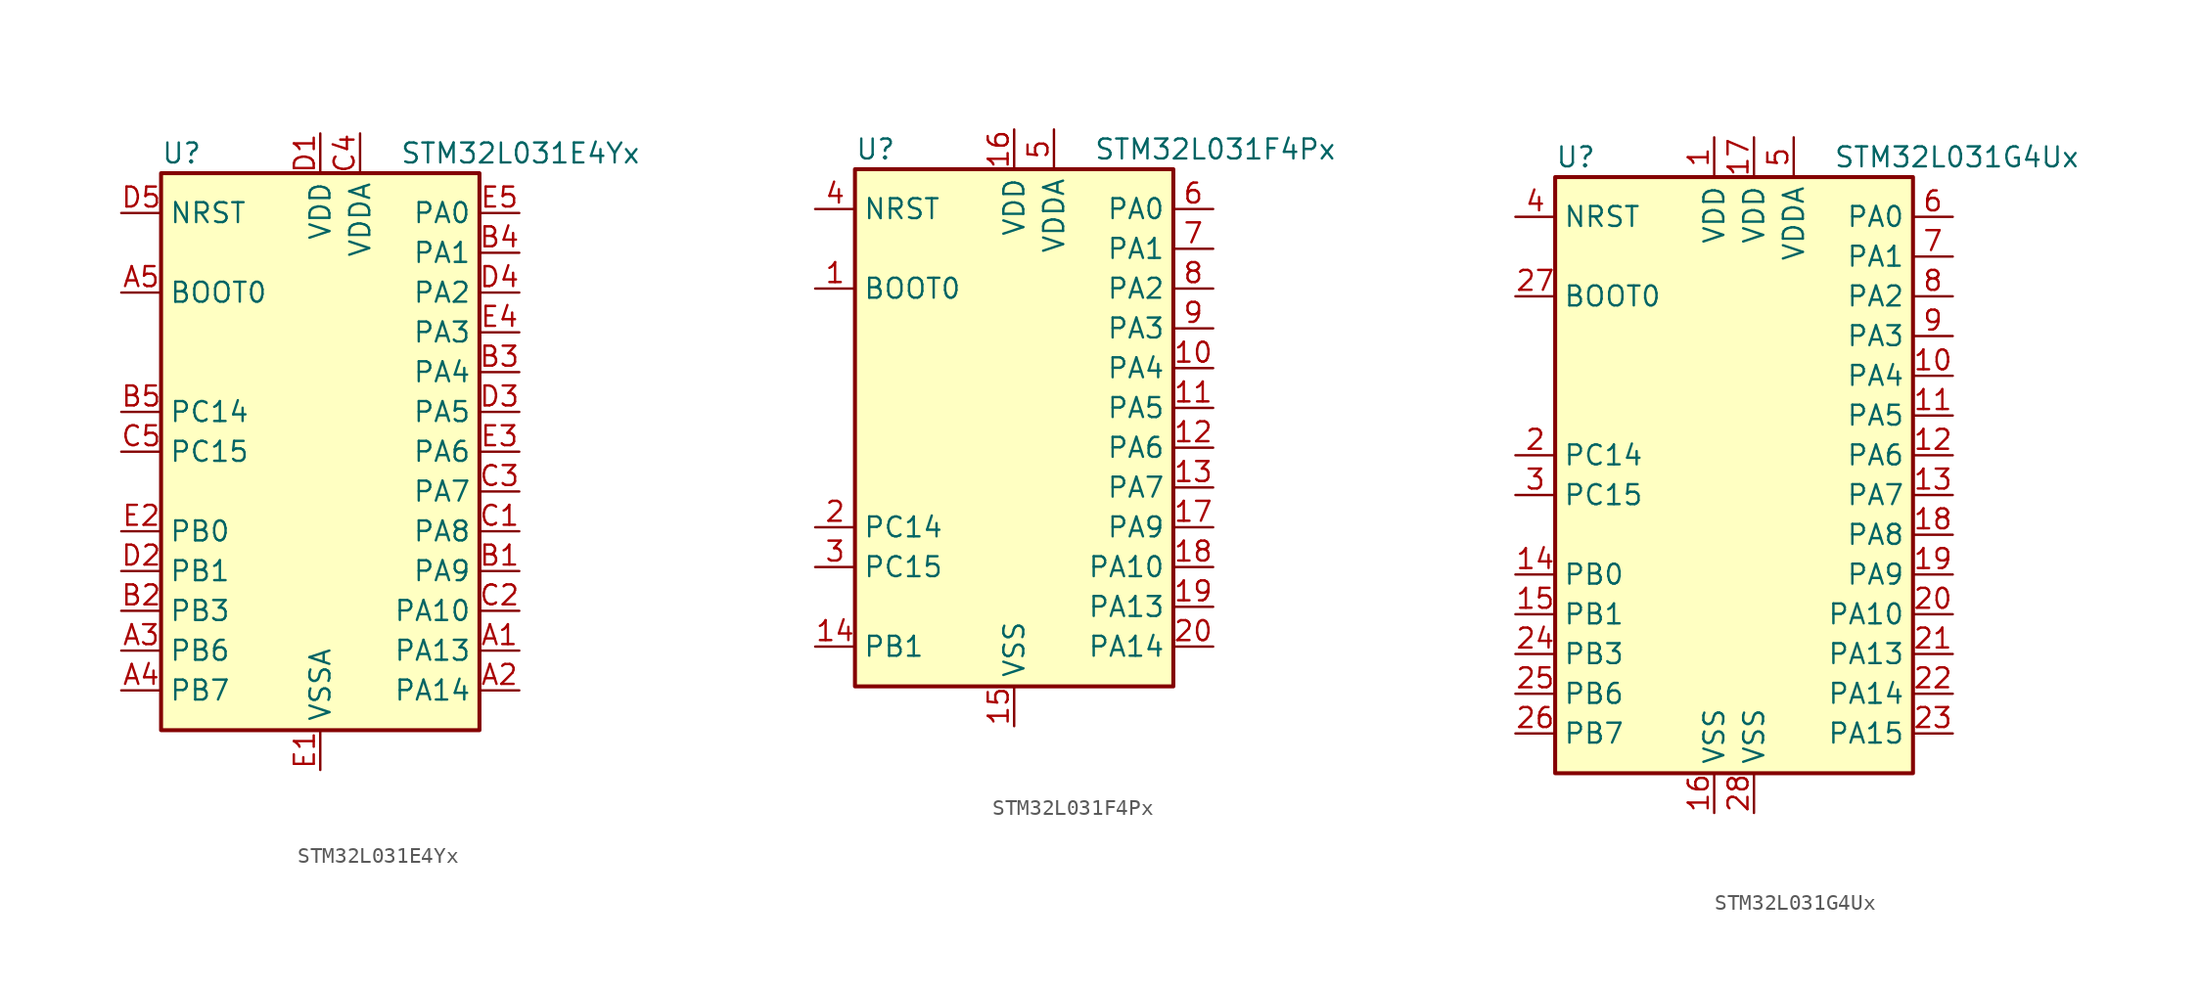
<source format=kicad_sym>
(kicad_symbol_lib
  (version 20201005)
  (generator kicad_symbol_editor)
  (symbol "STM32L031E4Yx"
    (property "Reference" "U"
      (at -10.16 19.05 0)
      (effects (font (size 1.27 1.27)) (justify left)))
    (property "Value" "STM32L031E4Yx"
      (at 5.08 19.05 0)
      (effects (font (size 1.27 1.27)) (justify left)))
    (symbol "STM32L031E4Yx_0_1"
      (rectangle (start -10.16 -17.78) (end 10.16 17.78) (stroke (width 0.254)) (fill (type background))))
    (symbol "STM32L031E4Yx_1_1"
      (pin input line (at -12.7 10.16 0) (length 2.54) (name "BOOT0" (effects (font (size 1.27 1.27)))) (number "A5" (effects (font (size 1.27 1.27)))))
      (pin input line (at -12.7 15.24 0) (length 2.54) (name "NRST" (effects (font (size 1.27 1.27)))) (number "D5" (effects (font (size 1.27 1.27)))))
      (pin bidirectional line (at 12.7 15.24 180) (length 2.54) (name "PA0" (effects (font (size 1.27 1.27)))) (number "E5" (effects (font (size 1.27 1.27)))))
      (pin bidirectional line (at 12.7 12.7 180) (length 2.54) (name "PA1" (effects (font (size 1.27 1.27)))) (number "B4" (effects (font (size 1.27 1.27)))))
      (pin bidirectional line (at 12.7 -10.16 180) (length 2.54) (name "PA10" (effects (font (size 1.27 1.27)))) (number "C2" (effects (font (size 1.27 1.27)))))
      (pin bidirectional line (at 12.7 -12.7 180) (length 2.54) (name "PA13" (effects (font (size 1.27 1.27)))) (number "A1" (effects (font (size 1.27 1.27)))))
      (pin bidirectional line (at 12.7 -15.24 180) (length 2.54) (name "PA14" (effects (font (size 1.27 1.27)))) (number "A2" (effects (font (size 1.27 1.27)))))
      (pin bidirectional line (at 12.7 10.16 180) (length 2.54) (name "PA2" (effects (font (size 1.27 1.27)))) (number "D4" (effects (font (size 1.27 1.27)))))
      (pin bidirectional line (at 12.7 7.62 180) (length 2.54) (name "PA3" (effects (font (size 1.27 1.27)))) (number "E4" (effects (font (size 1.27 1.27)))))
      (pin bidirectional line (at 12.7 5.08 180) (length 2.54) (name "PA4" (effects (font (size 1.27 1.27)))) (number "B3" (effects (font (size 1.27 1.27)))))
      (pin bidirectional line (at 12.7 2.54 180) (length 2.54) (name "PA5" (effects (font (size 1.27 1.27)))) (number "D3" (effects (font (size 1.27 1.27)))))
      (pin bidirectional line (at 12.7 0 180) (length 2.54) (name "PA6" (effects (font (size 1.27 1.27)))) (number "E3" (effects (font (size 1.27 1.27)))))
      (pin bidirectional line (at 12.7 -2.54 180) (length 2.54) (name "PA7" (effects (font (size 1.27 1.27)))) (number "C3" (effects (font (size 1.27 1.27)))))
      (pin bidirectional line (at 12.7 -5.08 180) (length 2.54) (name "PA8" (effects (font (size 1.27 1.27)))) (number "C1" (effects (font (size 1.27 1.27)))))
      (pin bidirectional line (at 12.7 -7.62 180) (length 2.54) (name "PA9" (effects (font (size 1.27 1.27)))) (number "B1" (effects (font (size 1.27 1.27)))))
      (pin bidirectional line (at -12.7 -5.08 0) (length 2.54) (name "PB0" (effects (font (size 1.27 1.27)))) (number "E2" (effects (font (size 1.27 1.27)))))
      (pin bidirectional line (at -12.7 -7.62 0) (length 2.54) (name "PB1" (effects (font (size 1.27 1.27)))) (number "D2" (effects (font (size 1.27 1.27)))))
      (pin bidirectional line (at -12.7 -10.16 0) (length 2.54) (name "PB3" (effects (font (size 1.27 1.27)))) (number "B2" (effects (font (size 1.27 1.27)))))
      (pin bidirectional line (at -12.7 -12.7 0) (length 2.54) (name "PB6" (effects (font (size 1.27 1.27)))) (number "A3" (effects (font (size 1.27 1.27)))))
      (pin bidirectional line (at -12.7 -15.24 0) (length 2.54) (name "PB7" (effects (font (size 1.27 1.27)))) (number "A4" (effects (font (size 1.27 1.27)))))
      (pin bidirectional line (at -12.7 2.54 0) (length 2.54) (name "PC14" (effects (font (size 1.27 1.27)))) (number "B5" (effects (font (size 1.27 1.27)))))
      (pin bidirectional line (at -12.7 0 0) (length 2.54) (name "PC15" (effects (font (size 1.27 1.27)))) (number "C5" (effects (font (size 1.27 1.27)))))
      (pin power_in line (at 0 20.32 270) (length 2.54) (name "VDD" (effects (font (size 1.27 1.27)))) (number "D1" (effects (font (size 1.27 1.27)))))
      (pin power_in line (at 2.54 20.32 270) (length 2.54) (name "VDDA" (effects (font (size 1.27 1.27)))) (number "C4" (effects (font (size 1.27 1.27)))))
      (pin power_in line (at 0 -20.32 90) (length 2.54) (name "VSSA" (effects (font (size 1.27 1.27)))) (number "E1" (effects (font (size 1.27 1.27)))))))
  (symbol "STM32L031F4Px"
    (property "Reference" "U"
      (at -10.16 16.51 0)
      (effects (font (size 1.27 1.27)) (justify left)))
    (property "Value" "STM32L031F4Px"
      (at 5.08 16.51 0)
      (effects (font (size 1.27 1.27)) (justify left)))
    (symbol "STM32L031F4Px_0_1"
      (rectangle (start -10.16 -17.78) (end 10.16 15.24) (stroke (width 0.254)) (fill (type background))))
    (symbol "STM32L031F4Px_1_1"
      (pin input line (at -12.7 7.62 0) (length 2.54) (name "BOOT0" (effects (font (size 1.27 1.27)))) (number "1" (effects (font (size 1.27 1.27)))))
      (pin input line (at -12.7 12.7 0) (length 2.54) (name "NRST" (effects (font (size 1.27 1.27)))) (number "4" (effects (font (size 1.27 1.27)))))
      (pin bidirectional line (at 12.7 12.7 180) (length 2.54) (name "PA0" (effects (font (size 1.27 1.27)))) (number "6" (effects (font (size 1.27 1.27)))))
      (pin bidirectional line (at 12.7 10.16 180) (length 2.54) (name "PA1" (effects (font (size 1.27 1.27)))) (number "7" (effects (font (size 1.27 1.27)))))
      (pin bidirectional line (at 12.7 -10.16 180) (length 2.54) (name "PA10" (effects (font (size 1.27 1.27)))) (number "18" (effects (font (size 1.27 1.27)))))
      (pin bidirectional line (at 12.7 -12.7 180) (length 2.54) (name "PA13" (effects (font (size 1.27 1.27)))) (number "19" (effects (font (size 1.27 1.27)))))
      (pin bidirectional line (at 12.7 -15.24 180) (length 2.54) (name "PA14" (effects (font (size 1.27 1.27)))) (number "20" (effects (font (size 1.27 1.27)))))
      (pin bidirectional line (at 12.7 7.62 180) (length 2.54) (name "PA2" (effects (font (size 1.27 1.27)))) (number "8" (effects (font (size 1.27 1.27)))))
      (pin bidirectional line (at 12.7 5.08 180) (length 2.54) (name "PA3" (effects (font (size 1.27 1.27)))) (number "9" (effects (font (size 1.27 1.27)))))
      (pin bidirectional line (at 12.7 2.54 180) (length 2.54) (name "PA4" (effects (font (size 1.27 1.27)))) (number "10" (effects (font (size 1.27 1.27)))))
      (pin bidirectional line (at 12.7 0 180) (length 2.54) (name "PA5" (effects (font (size 1.27 1.27)))) (number "11" (effects (font (size 1.27 1.27)))))
      (pin bidirectional line (at 12.7 -2.54 180) (length 2.54) (name "PA6" (effects (font (size 1.27 1.27)))) (number "12" (effects (font (size 1.27 1.27)))))
      (pin bidirectional line (at 12.7 -5.08 180) (length 2.54) (name "PA7" (effects (font (size 1.27 1.27)))) (number "13" (effects (font (size 1.27 1.27)))))
      (pin bidirectional line (at 12.7 -7.62 180) (length 2.54) (name "PA9" (effects (font (size 1.27 1.27)))) (number "17" (effects (font (size 1.27 1.27)))))
      (pin bidirectional line (at -12.7 -15.24 0) (length 2.54) (name "PB1" (effects (font (size 1.27 1.27)))) (number "14" (effects (font (size 1.27 1.27)))))
      (pin bidirectional line (at -12.7 -7.62 0) (length 2.54) (name "PC14" (effects (font (size 1.27 1.27)))) (number "2" (effects (font (size 1.27 1.27)))))
      (pin bidirectional line (at -12.7 -10.16 0) (length 2.54) (name "PC15" (effects (font (size 1.27 1.27)))) (number "3" (effects (font (size 1.27 1.27)))))
      (pin power_in line (at 0 17.78 270) (length 2.54) (name "VDD" (effects (font (size 1.27 1.27)))) (number "16" (effects (font (size 1.27 1.27)))))
      (pin power_in line (at 2.54 17.78 270) (length 2.54) (name "VDDA" (effects (font (size 1.27 1.27)))) (number "5" (effects (font (size 1.27 1.27)))))
      (pin power_in line (at 0 -20.32 90) (length 2.54) (name "VSS" (effects (font (size 1.27 1.27)))) (number "15" (effects (font (size 1.27 1.27)))))))
  (symbol "STM32L031G4Ux"
    (property "Reference" "U"
      (at -12.7 19.05 0)
      (effects (font (size 1.27 1.27)) (justify left)))
    (property "Value" "STM32L031G4Ux"
      (at 5.08 19.05 0)
      (effects (font (size 1.27 1.27)) (justify left)))
    (symbol "STM32L031G4Ux_0_1"
      (rectangle (start -12.7 -20.32) (end 10.16 17.78) (stroke (width 0.254)) (fill (type background))))
    (symbol "STM32L031G4Ux_1_1"
      (pin input line (at -15.24 10.16 0) (length 2.54) (name "BOOT0" (effects (font (size 1.27 1.27)))) (number "27" (effects (font (size 1.27 1.27)))))
      (pin input line (at -15.24 15.24 0) (length 2.54) (name "NRST" (effects (font (size 1.27 1.27)))) (number "4" (effects (font (size 1.27 1.27)))))
      (pin bidirectional line (at 12.7 15.24 180) (length 2.54) (name "PA0" (effects (font (size 1.27 1.27)))) (number "6" (effects (font (size 1.27 1.27)))))
      (pin bidirectional line (at 12.7 12.7 180) (length 2.54) (name "PA1" (effects (font (size 1.27 1.27)))) (number "7" (effects (font (size 1.27 1.27)))))
      (pin bidirectional line (at 12.7 -10.16 180) (length 2.54) (name "PA10" (effects (font (size 1.27 1.27)))) (number "20" (effects (font (size 1.27 1.27)))))
      (pin bidirectional line (at 12.7 -12.7 180) (length 2.54) (name "PA13" (effects (font (size 1.27 1.27)))) (number "21" (effects (font (size 1.27 1.27)))))
      (pin bidirectional line (at 12.7 -15.24 180) (length 2.54) (name "PA14" (effects (font (size 1.27 1.27)))) (number "22" (effects (font (size 1.27 1.27)))))
      (pin bidirectional line (at 12.7 -17.78 180) (length 2.54) (name "PA15" (effects (font (size 1.27 1.27)))) (number "23" (effects (font (size 1.27 1.27)))))
      (pin bidirectional line (at 12.7 10.16 180) (length 2.54) (name "PA2" (effects (font (size 1.27 1.27)))) (number "8" (effects (font (size 1.27 1.27)))))
      (pin bidirectional line (at 12.7 7.62 180) (length 2.54) (name "PA3" (effects (font (size 1.27 1.27)))) (number "9" (effects (font (size 1.27 1.27)))))
      (pin bidirectional line (at 12.7 5.08 180) (length 2.54) (name "PA4" (effects (font (size 1.27 1.27)))) (number "10" (effects (font (size 1.27 1.27)))))
      (pin bidirectional line (at 12.7 2.54 180) (length 2.54) (name "PA5" (effects (font (size 1.27 1.27)))) (number "11" (effects (font (size 1.27 1.27)))))
      (pin bidirectional line (at 12.7 0 180) (length 2.54) (name "PA6" (effects (font (size 1.27 1.27)))) (number "12" (effects (font (size 1.27 1.27)))))
      (pin bidirectional line (at 12.7 -2.54 180) (length 2.54) (name "PA7" (effects (font (size 1.27 1.27)))) (number "13" (effects (font (size 1.27 1.27)))))
      (pin bidirectional line (at 12.7 -5.08 180) (length 2.54) (name "PA8" (effects (font (size 1.27 1.27)))) (number "18" (effects (font (size 1.27 1.27)))))
      (pin bidirectional line (at 12.7 -7.62 180) (length 2.54) (name "PA9" (effects (font (size 1.27 1.27)))) (number "19" (effects (font (size 1.27 1.27)))))
      (pin bidirectional line (at -15.24 -7.62 0) (length 2.54) (name "PB0" (effects (font (size 1.27 1.27)))) (number "14" (effects (font (size 1.27 1.27)))))
      (pin bidirectional line (at -15.24 -10.16 0) (length 2.54) (name "PB1" (effects (font (size 1.27 1.27)))) (number "15" (effects (font (size 1.27 1.27)))))
      (pin bidirectional line (at -15.24 -12.7 0) (length 2.54) (name "PB3" (effects (font (size 1.27 1.27)))) (number "24" (effects (font (size 1.27 1.27)))))
      (pin bidirectional line (at -15.24 -15.24 0) (length 2.54) (name "PB6" (effects (font (size 1.27 1.27)))) (number "25" (effects (font (size 1.27 1.27)))))
      (pin bidirectional line (at -15.24 -17.78 0) (length 2.54) (name "PB7" (effects (font (size 1.27 1.27)))) (number "26" (effects (font (size 1.27 1.27)))))
      (pin bidirectional line (at -15.24 0 0) (length 2.54) (name "PC14" (effects (font (size 1.27 1.27)))) (number "2" (effects (font (size 1.27 1.27)))))
      (pin bidirectional line (at -15.24 -2.54 0) (length 2.54) (name "PC15" (effects (font (size 1.27 1.27)))) (number "3" (effects (font (size 1.27 1.27)))))
      (pin power_in line (at -2.54 20.32 270) (length 2.54) (name "VDD" (effects (font (size 1.27 1.27)))) (number "1" (effects (font (size 1.27 1.27)))))
      (pin power_in line (at 0 20.32 270) (length 2.54) (name "VDD" (effects (font (size 1.27 1.27)))) (number "17" (effects (font (size 1.27 1.27)))))
      (pin power_in line (at 2.54 20.32 270) (length 2.54) (name "VDDA" (effects (font (size 1.27 1.27)))) (number "5" (effects (font (size 1.27 1.27)))))
      (pin power_in line (at -2.54 -22.86 90) (length 2.54) (name "VSS" (effects (font (size 1.27 1.27)))) (number "16" (effects (font (size 1.27 1.27)))))
      (pin power_in line (at 0 -22.86 90) (length 2.54) (name "VSS" (effects (font (size 1.27 1.27)))) (number "28" (effects (font (size 1.27 1.27))))))))
</source>
